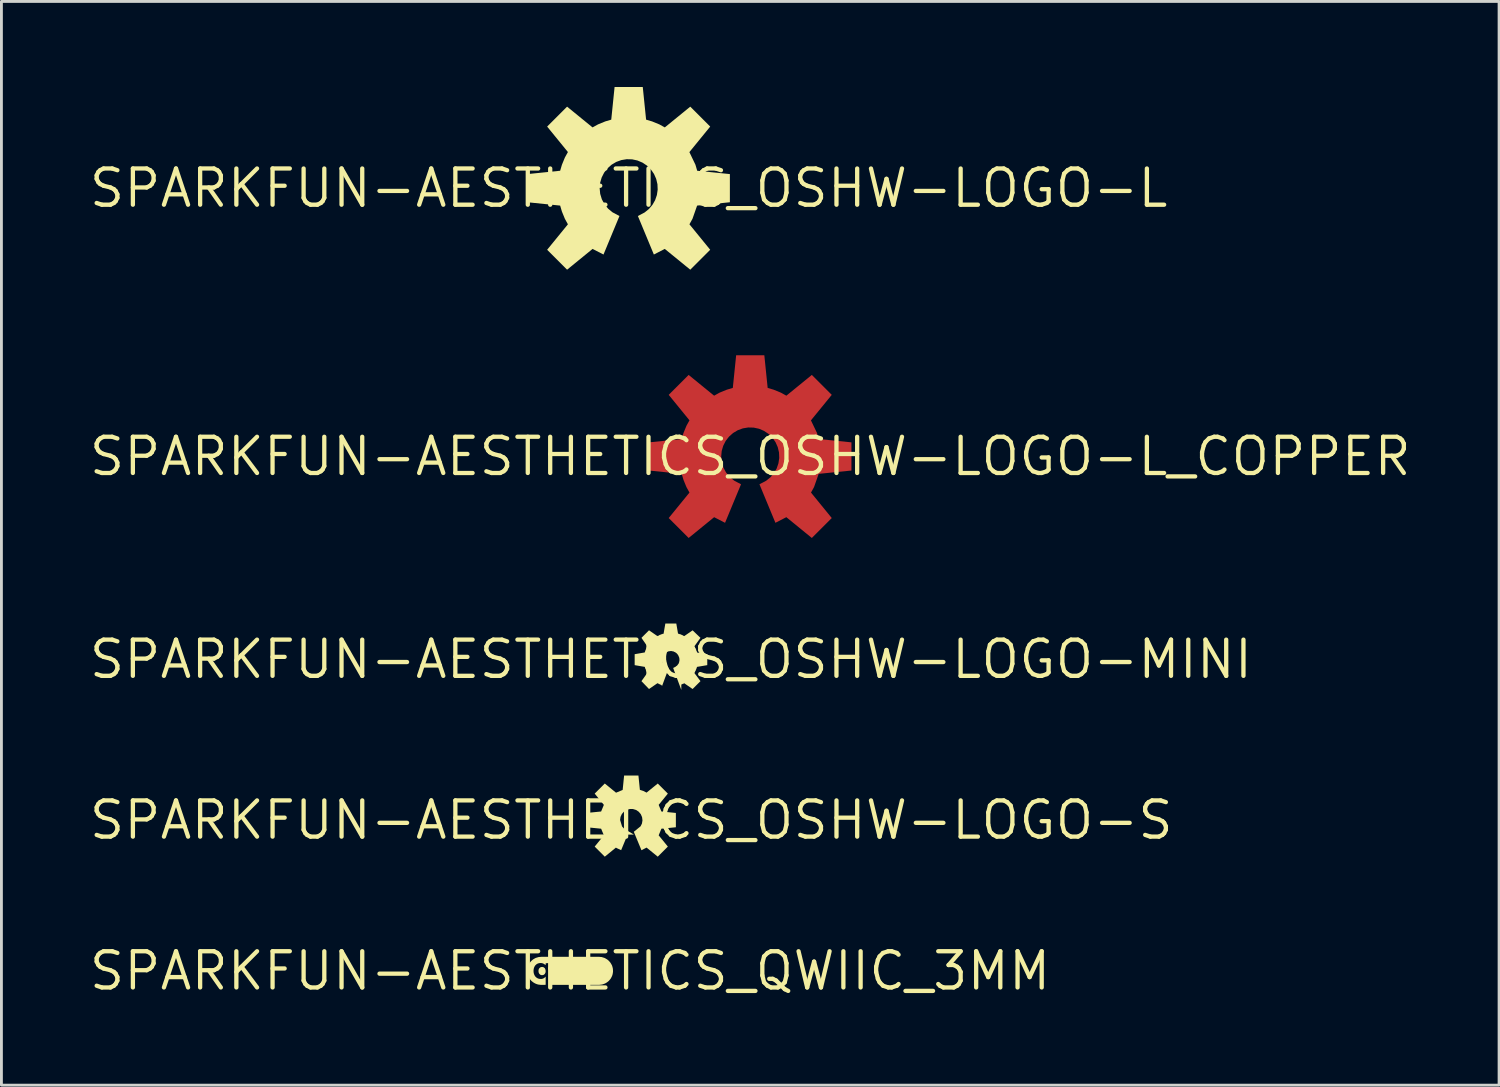
<source format=kicad_pcb>
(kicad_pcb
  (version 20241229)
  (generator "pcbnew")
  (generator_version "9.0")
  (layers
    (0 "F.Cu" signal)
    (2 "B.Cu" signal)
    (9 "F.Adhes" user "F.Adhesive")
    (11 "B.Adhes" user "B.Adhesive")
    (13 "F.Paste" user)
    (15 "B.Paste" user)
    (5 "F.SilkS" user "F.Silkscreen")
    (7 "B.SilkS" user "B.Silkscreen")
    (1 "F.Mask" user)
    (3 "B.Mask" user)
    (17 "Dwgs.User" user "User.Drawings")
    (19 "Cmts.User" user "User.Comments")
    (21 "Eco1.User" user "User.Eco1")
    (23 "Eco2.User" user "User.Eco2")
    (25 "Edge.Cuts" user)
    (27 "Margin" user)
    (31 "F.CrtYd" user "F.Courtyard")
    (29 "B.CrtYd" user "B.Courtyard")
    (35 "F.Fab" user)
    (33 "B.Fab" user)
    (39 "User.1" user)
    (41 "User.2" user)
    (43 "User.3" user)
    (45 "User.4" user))
  (footprint "SPARKFUN-AESTHETICS_OSHW-LOGO-MINI"
    (layer "F.Cu")
    (at 20.478 20.071)
    (property "Reference" "SPARKFUN-AESTHETICS_OSHW-LOGO-MINI" (at 0 0 0) (layer "F.SilkS") (effects (font (size 1.27 1.27) (thickness 0.15))))
    (fp_poly (pts (xy 0.249 -0.904) (xy 0.266 -0.895) (xy 0.276 -0.895) (xy 0.296 -0.885) (xy 0.306 -0.885) (xy 0.326 -0.875) (xy 0.352 -0.875) (xy 0.369 -0.859) (xy 0.376 -0.855) (xy 0.386 -0.855) (xy 0.419 -0.839) (xy 0.429 -0.829) (xy 0.436 -0.825) (xy 0.446 -0.825) (xy 0.468 -0.814) (xy 0.761 -1.016) (xy 1.037 -0.752) (xy 0.824 -0.458) (xy 0.828 -0.45) (xy 0.845 -0.433) (xy 0.845 -0.413) (xy 0.848 -0.41) (xy 0.858 -0.39) (xy 0.875 -0.373) (xy 0.875 -0.353) (xy 0.885 -0.343) (xy 0.885 -0.316) (xy 0.888 -0.31) (xy 0.905 -0.293) (xy 0.905 -0.273) (xy 0.915 -0.263) (xy 0.915 -0.24) (xy 1.275 -0.18) (xy 1.275 0.205) (xy 0.915 0.266) (xy 0.915 0.272) (xy 0.905 0.292) (xy 0.905 0.302) (xy 0.895 0.322) (xy 0.895 0.332) (xy 0.875 0.372) (xy 0.875 0.382) (xy 0.858 0.415) (xy 0.848 0.425) (xy 0.845 0.432) (xy 0.845 0.442) (xy 0.828 0.475) (xy 0.822 0.48) (xy 1.037 0.766) (xy 0.761 1.042) (xy 0.465 0.838) (xy 0.452 0.851) (xy 0.442 0.851) (xy 0.432 0.861) (xy 0.412 0.861) (xy 0.402 0.871) (xy 0.392 0.871) (xy 0.382 0.881) (xy 0.372 0.881) (xy 0.365 0.888) (xy 0.365 1.075) (xy 0.079 0.304) (xy 0.164 0.261) (xy 0.184 0.241) (xy 0.204 0.231) (xy 0.235 0.2) (xy 0.245 0.18) (xy 0.265 0.16) (xy 0.271 0.148) (xy 0.281 0.118) (xy 0.289 0.104) (xy 0.289 0.086) (xy 0.299 0.056) (xy 0.299 -0.021) (xy 0.289 -0.051) (xy 0.289 -0.076) (xy 0.272 -0.101) (xy 0.262 -0.131) (xy 0.227 -0.183) (xy 0.192 -0.218) (xy 0.14 -0.253) (xy 0.11 -0.263) (xy 0.085 -0.279) (xy 0.06 -0.279) (xy 0.03 -0.289) (xy -0.029 -0.289) (xy -0.069 -0.279) (xy -0.092 -0.279) (xy -0.117 -0.263) (xy -0.147 -0.253) (xy -0.169 -0.238) (xy -0.189 -0.218) (xy -0.219 -0.198) (xy -0.234 -0.183) (xy -0.269 -0.131) (xy -0.305 -0.021) (xy -0.305 0.026) (xy -0.295 0.056) (xy -0.295 0.084) (xy -0.278 0.118) (xy -0.268 0.148) (xy -0.252 0.18) (xy -0.232 0.2) (xy -0.222 0.22) (xy -0.211 0.231) (xy -0.191 0.241) (xy -0.171 0.261) (xy -0.139 0.277) (xy -0.074 0.299) (xy -0.308 0.931) (xy -0.349 0.891) (xy -0.369 0.891) (xy -0.379 0.881) (xy -0.389 0.881) (xy -0.399 0.871) (xy -0.409 0.871) (xy -0.419 0.861) (xy -0.429 0.861) (xy -0.439 0.851) (xy -0.449 0.851) (xy -0.459 0.841) (xy -0.469 0.841) (xy -0.472 0.838) (xy -0.768 1.042) (xy -1.033 0.766) (xy -0.828 0.479) (xy -0.831 0.472) (xy -0.831 0.462) (xy -0.835 0.455) (xy -0.845 0.445) (xy -0.855 0.425) (xy -0.871 0.408) (xy -0.871 0.388) (xy -0.881 0.378) (xy -0.881 0.352) (xy -0.885 0.345) (xy -0.901 0.328) (xy -0.901 0.308) (xy -0.911 0.298) (xy -0.911 0.272) (xy -0.914 0.266) (xy -1.271 0.205) (xy -1.271 -0.179) (xy -0.92 -0.24) (xy -0.911 -0.256) (xy -0.911 -0.266) (xy -0.901 -0.286) (xy -0.901 -0.296) (xy -0.881 -0.336) (xy -0.881 -0.346) (xy -0.865 -0.38) (xy -0.861 -0.383) (xy -0.861 -0.403) (xy -0.845 -0.42) (xy -0.835 -0.44) (xy -0.831 -0.443) (xy -0.831 -0.46) (xy -1.033 -0.752) (xy -0.768 -1.017) (xy -0.472 -0.813) (xy -0.459 -0.825) (xy -0.439 -0.825) (xy -0.436 -0.829) (xy -0.416 -0.839) (xy -0.399 -0.855) (xy -0.379 -0.855) (xy -0.376 -0.859) (xy -0.342 -0.875) (xy -0.332 -0.875) (xy -0.312 -0.885) (xy -0.299 -0.885) (xy -0.289 -0.895) (xy -0.262 -0.895) (xy -0.257 -0.898) (xy -0.195 -1.255) (xy 0.189 -1.255)) (stroke (width 0) (type default)) (fill yes) (layer "F.SilkS")))
  (footprint "SPARKFUN-AESTHETICS_QWIIC_3MM"
    (layer "F.Cu")
    (at 16.941 30.999)
    (property "Reference" "SPARKFUN-AESTHETICS_QWIIC_3MM" (at 0 0 0) (layer "F.SilkS") (effects (font (size 1.27 1.27) (thickness 0.15))))
    (fp_poly (pts (xy -0.923 -0.126) (xy -0.883 -0.091) (xy -0.862 -0.042) (xy -0.855 0.011) (xy -0.863 0.064) (xy -0.89 0.111) (xy -0.934 0.142) (xy -0.988 0.15) (xy -1.04 0.136) (xy -1.08 0.1) (xy -1.102 0.052) (xy -1.108 -0.001) (xy -1.1 -0.054) (xy -1.073 -0.101) (xy -1.029 -0.132) (xy -0.975 -0.14)) (stroke (width 0) (type default)) (fill yes) (layer "F.SilkS"))
    (fp_poly (pts (xy 1.057 -0.491) (xy 1.057 -0.491) (xy 1.111 -0.486) (xy 1.213 -0.454) (xy 1.26 -0.428) (xy 1.305 -0.4) (xy 1.347 -0.366) (xy 1.384 -0.327) (xy 1.418 -0.286) (xy 1.445 -0.24) (xy 1.471 -0.193) (xy 1.487 -0.141) (xy 1.5 -0.09) (xy 1.505 -0.036) (xy 1.507 0.017) (xy 1.501 0.071) (xy 1.491 0.123) (xy 1.475 0.174) (xy 1.452 0.222) (xy 1.426 0.27) (xy 1.393 0.311) (xy 1.357 0.352) (xy 1.316 0.386) (xy 1.272 0.416) (xy 1.225 0.442) (xy 1.175 0.461) (xy 1.124 0.477) (xy 1.018 0.49) (xy -0.683 0.489) (xy -0.683 -0.258) (xy -0.689 -0.259) (xy -0.712 -0.272) (xy -0.816 -0.272) (xy -0.855 -0.264) (xy -0.855 -0.205) (xy -0.936 -0.257) (xy -0.984 -0.273) (xy -1.036 -0.277) (xy -1.087 -0.272) (xy -1.136 -0.257) (xy -1.18 -0.231) (xy -1.218 -0.195) (xy -1.246 -0.152) (xy -1.266 -0.105) (xy -1.277 -0.054) (xy -1.281 -0.002) (xy -1.278 0.05) (xy -1.267 0.101) (xy -1.248 0.149) (xy -1.221 0.193) (xy -1.185 0.229) (xy -1.142 0.257) (xy -1.094 0.275) (xy -1.043 0.282) (xy -0.991 0.281) (xy -0.942 0.267) (xy -0.898 0.24) (xy -0.855 0.199) (xy -0.855 0.485) (xy -0.909 0.49) (xy -1.015 0.49) (xy -1.069 0.484) (xy -1.121 0.477) (xy -1.173 0.461) (xy -1.222 0.441) (xy -1.269 0.415) (xy -1.313 0.384) (xy -1.354 0.35) (xy -1.389 0.31) (xy -1.423 0.268) (xy -1.448 0.22) (xy -1.471 0.172) (xy -1.486 0.121) (xy -1.497 0.068) (xy -1.502 0.015) (xy -1.5 -0.039) (xy -1.495 -0.092) (xy -1.465 -0.195) (xy -1.439 -0.242) (xy -1.412 -0.288) (xy -1.378 -0.329) (xy -1.34 -0.367) (xy -1.299 -0.401) (xy -1.253 -0.429) (xy -1.206 -0.455) (xy -1.103 -0.486) (xy -0.997 -0.495) (xy 1.016 -0.495)) (stroke (width 0) (type default)) (fill yes) (layer "F.SilkS")))
  (footprint "SPARKFUN-AESTHETICS_OSHW-LOGO-L"
    (layer "F.Cu")
    (at 18.997 3.549)
    (property "Reference" "SPARKFUN-AESTHETICS_OSHW-LOGO-L" (at 0 0 0) (layer "F.SilkS") (effects (font (size 1.27 1.27) (thickness 0.15))))
    (fp_poly (pts (xy 0.611 -2.403) (xy 0.821 -2.341) (xy 1.075 -2.237) (xy 1.267 -2.131) (xy 2.16 -2.859) (xy 2.859 -2.16) (xy 2.129 -1.265) (xy 2.341 -0.823) (xy 2.403 -0.611) (xy 3.549 -0.494) (xy 3.549 0.494) (xy 2.4 0.611) (xy 2.238 1.073) (xy 2.131 1.267) (xy 2.859 2.16) (xy 2.16 2.859) (xy 1.266 2.13) (xy 0.883 2.327) (xy 0.323 0.976) (xy 0.559 0.852) (xy 0.708 0.732) (xy 0.832 0.587) (xy 0.927 0.422) (xy 0.989 0.241) (xy 1.017 0.052) (xy 1.009 -0.139) (xy 0.965 -0.325) (xy 0.888 -0.499) (xy 0.779 -0.656) (xy 0.643 -0.79) (xy 0.484 -0.896) (xy 0.308 -0.971) (xy 0.121 -1.011) (xy -0.07 -1.016) (xy -0.258 -0.985) (xy -0.437 -0.92) (xy -0.601 -0.822) (xy -0.744 -0.695) (xy -0.861 -0.544) (xy -0.947 -0.374) (xy -1.001 -0.19) (xy -1.018 -0.000157) (xy -0.999 0.199) (xy -0.941 0.39) (xy -0.847 0.566) (xy -0.72 0.72) (xy -0.566 0.847) (xy -0.323 0.976) (xy -0.883 2.327) (xy -1.266 2.13) (xy -2.16 2.859) (xy -2.859 2.16) (xy -2.131 1.267) (xy -2.237 1.075) (xy -2.341 0.821) (xy -2.403 0.611) (xy -3.549 0.494) (xy -3.549 -0.494) (xy -2.403 -0.611) (xy -2.341 -0.821) (xy -2.237 -1.075) (xy -2.131 -1.267) (xy -2.859 -2.16) (xy -2.16 -2.859) (xy -1.267 -2.131) (xy -1.075 -2.237) (xy -0.821 -2.341) (xy -0.611 -2.403) (xy -0.494 -3.549) (xy 0.494 -3.549)) (stroke (width 0) (type default)) (fill yes) (layer "F.SilkS")))
  (footprint "SPARKFUN-AESTHETICS_OSHW-LOGO-S"
    (layer "F.Cu")
    (at 19.088 25.71)
    (property "Reference" "SPARKFUN-AESTHETICS_OSHW-LOGO-S" (at 0 0 0) (layer "F.SilkS") (effects (font (size 1.27 1.27) (thickness 0.15))))
    (fp_poly (pts (xy 0.302 -1.061) (xy 0.423 -1.022) (xy 0.537 -0.964) (xy 0.929 -1.283) (xy 1.283 -0.929) (xy 0.961 -0.534) (xy 1.057 -0.302) (xy 1.564 -0.251) (xy 1.564 0.251) (xy 1.057 0.302) (xy 0.961 0.534) (xy 1.283 0.929) (xy 0.929 1.283) (xy 0.537 0.964) (xy 0.357 1.057) (xy 0.089 0.41) (xy 0.326 0.218) (xy 0.374 0.121) (xy 0.393 0.01) (xy 0.379 -0.102) (xy 0.335 -0.205) (xy 0.263 -0.292) (xy 0.169 -0.355) (xy 0.061 -0.388) (xy -0.051 -0.389) (xy -0.16 -0.359) (xy -0.255 -0.299) (xy -0.33 -0.214) (xy -0.377 -0.112) (xy -0.392 -0.006) (xy -0.323 0.223) (xy -0.249 0.304) (xy 0.092 0.508) (xy -0.129 0.508) (xy -0.355 1.054) (xy -0.507 0.984) (xy -0.539 0.965) (xy -0.929 1.283) (xy -1.283 0.929) (xy -0.961 0.534) (xy -1.057 0.302) (xy -1.564 0.251) (xy -1.564 -0.251) (xy -1.057 -0.302) (xy -0.961 -0.534) (xy -1.283 -0.929) (xy -0.929 -1.283) (xy -0.534 -0.961) (xy -0.302 -1.057) (xy -0.251 -1.564) (xy 0.251 -1.564)) (stroke (width 0) (type default)) (fill yes) (layer "F.SilkS")))
  (footprint "SPARKFUN-AESTHETICS_OSHW-LOGO-L_COPPER"
    (layer "F.Cu")
    (at 23.26 12.957)
    (property "Reference" "SPARKFUN-AESTHETICS_OSHW-LOGO-L_COPPER" (at 0 0 0) (layer "F.SilkS") (effects (font (size 1.27 1.27) (thickness 0.15))))
    (fp_poly (pts (xy 0.611 -2.403) (xy 0.821 -2.341) (xy 1.075 -2.237) (xy 1.267 -2.131) (xy 2.16 -2.859) (xy 2.859 -2.16) (xy 2.129 -1.265) (xy 2.341 -0.823) (xy 2.403 -0.611) (xy 3.549 -0.494) (xy 3.549 0.494) (xy 2.4 0.611) (xy 2.238 1.073) (xy 2.131 1.267) (xy 2.859 2.16) (xy 2.16 2.859) (xy 1.266 2.13) (xy 0.883 2.327) (xy 0.323 0.976) (xy 0.559 0.852) (xy 0.708 0.732) (xy 0.832 0.587) (xy 0.927 0.422) (xy 0.989 0.241) (xy 1.017 0.052) (xy 1.009 -0.139) (xy 0.965 -0.325) (xy 0.888 -0.499) (xy 0.779 -0.656) (xy 0.643 -0.79) (xy 0.484 -0.896) (xy 0.308 -0.971) (xy 0.121 -1.011) (xy -0.07 -1.016) (xy -0.258 -0.985) (xy -0.437 -0.92) (xy -0.601 -0.822) (xy -0.744 -0.695) (xy -0.861 -0.544) (xy -0.947 -0.374) (xy -1.001 -0.19) (xy -1.018 -0.000157) (xy -0.999 0.199) (xy -0.941 0.39) (xy -0.847 0.566) (xy -0.72 0.72) (xy -0.566 0.847) (xy -0.323 0.976) (xy -0.883 2.327) (xy -1.266 2.13) (xy -2.16 2.859) (xy -2.859 2.16) (xy -2.131 1.267) (xy -2.237 1.075) (xy -2.341 0.821) (xy -2.403 0.611) (xy -3.549 0.494) (xy -3.549 -0.494) (xy -2.403 -0.611) (xy -2.341 -0.821) (xy -2.237 -1.075) (xy -2.131 -1.267) (xy -2.859 -2.16) (xy -2.16 -2.859) (xy -1.267 -2.131) (xy -1.075 -2.237) (xy -0.821 -2.341) (xy -0.611 -2.403) (xy -0.494 -3.549) (xy 0.494 -3.549)) (stroke (width 0) (type default)) (fill yes) (layer "F.Cu")))
  (gr_rect
    (start -3 -3)
    (end 49.521 35.005)
    (stroke (width 0.1) (type default))
    (fill no)
    (layer "Edge.Cuts")))
</source>
